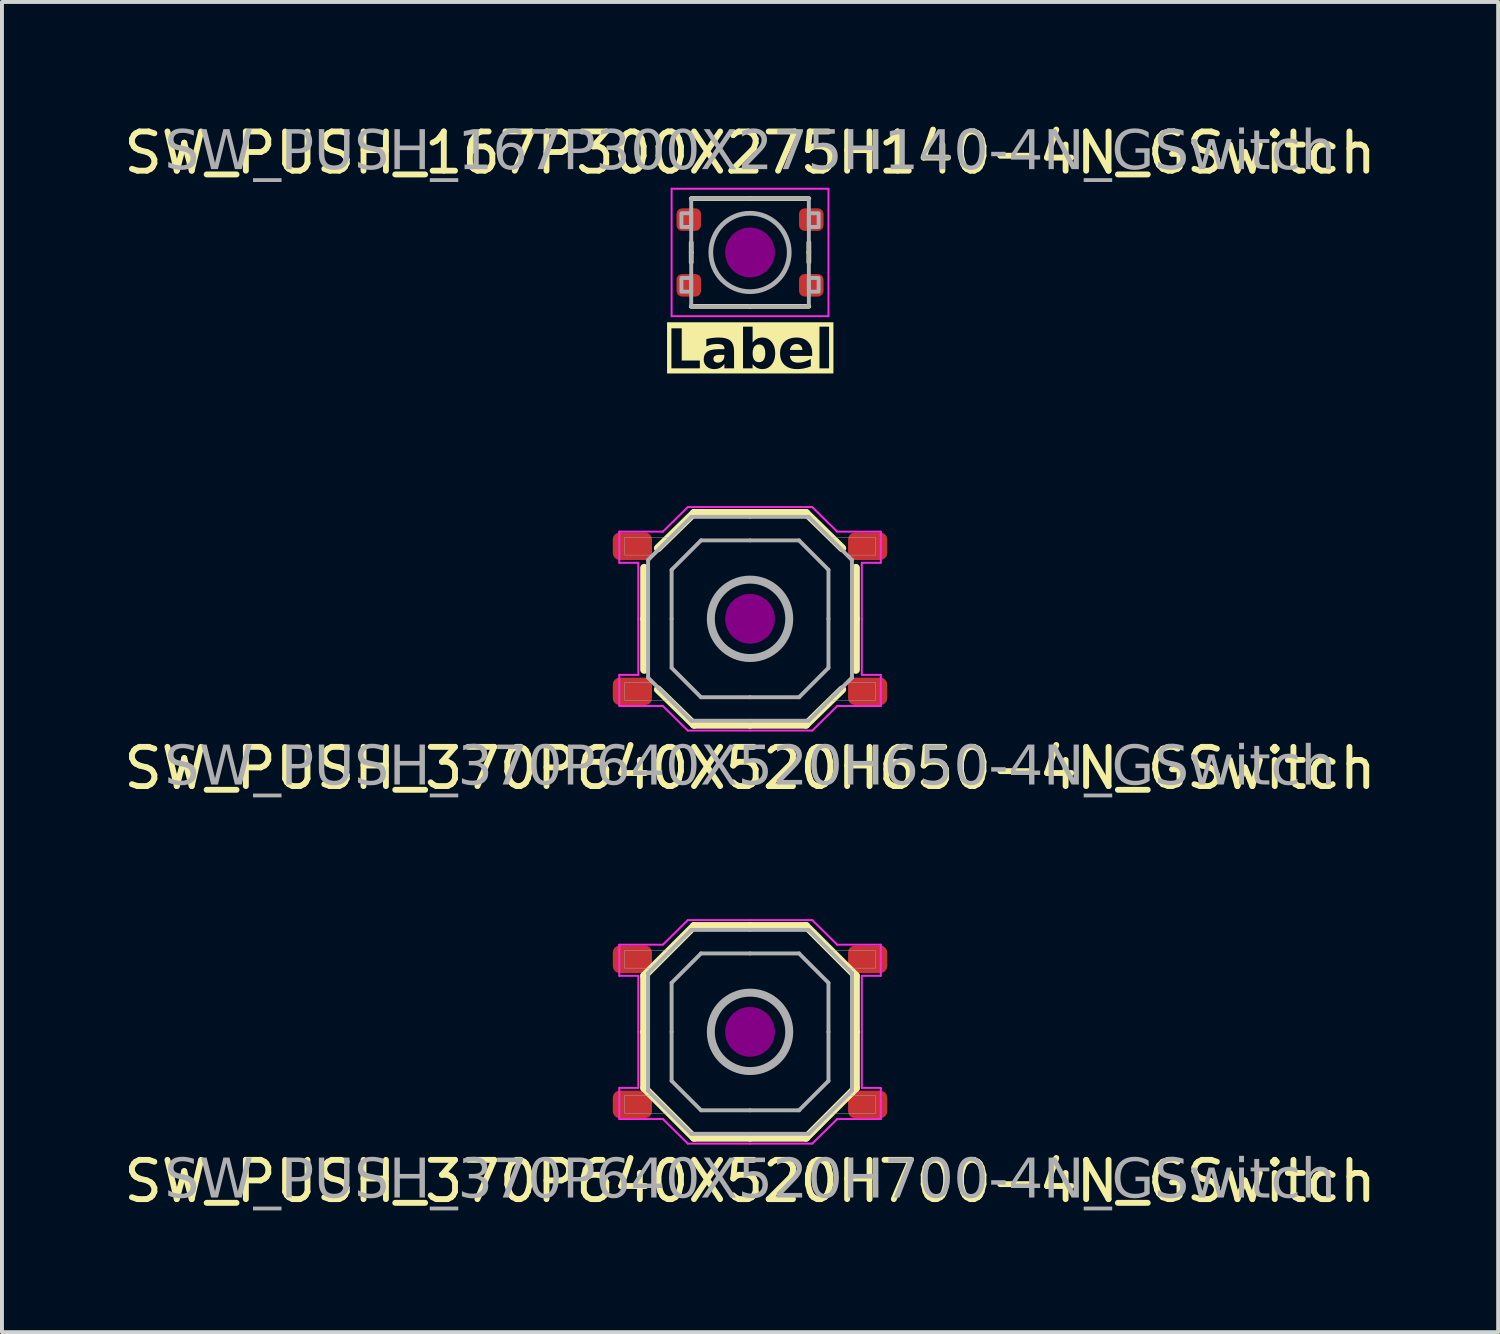
<source format=kicad_pcb>
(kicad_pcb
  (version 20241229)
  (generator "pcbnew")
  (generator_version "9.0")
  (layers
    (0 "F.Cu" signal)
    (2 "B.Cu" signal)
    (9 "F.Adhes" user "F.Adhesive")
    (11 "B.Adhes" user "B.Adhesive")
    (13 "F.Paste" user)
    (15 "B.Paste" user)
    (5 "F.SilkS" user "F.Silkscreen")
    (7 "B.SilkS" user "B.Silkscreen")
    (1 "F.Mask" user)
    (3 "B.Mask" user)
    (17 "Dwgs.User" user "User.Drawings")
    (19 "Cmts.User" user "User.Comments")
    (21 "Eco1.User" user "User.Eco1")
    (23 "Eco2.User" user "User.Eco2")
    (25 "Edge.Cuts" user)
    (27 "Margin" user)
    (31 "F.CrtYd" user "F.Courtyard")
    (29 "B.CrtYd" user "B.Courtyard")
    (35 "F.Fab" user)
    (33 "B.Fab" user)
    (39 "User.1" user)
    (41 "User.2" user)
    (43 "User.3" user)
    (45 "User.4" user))
  (footprint "SW_PUSH_370P640X520H650-4N_GSwitch"
    (layer "F.Cu")
    (at 16.077 12.731)
    (property "Reference" "SW_PUSH_370P640X520H650-4N_GSwitch" (at 0 3.81 0) (layer "F.SilkS") (effects (font (size 1 1) (thickness 0.15))))
    (attr smd)
    (fp_line (start -2.699 0) (end -2.699 -1.3) (stroke (width 0.203) (type solid)) (layer "F.SilkS"))
    (fp_line (start -2.699 0) (end -2.699 1.3) (stroke (width 0.203) (type solid)) (layer "F.SilkS"))
    (fp_line (start -1.429 -2.699) (end -2.35 -1.8) (stroke (width 0.203) (type default)) (layer "F.SilkS"))
    (fp_line (start -1.429 -2.699) (end 0 -2.699) (stroke (width 0.203) (type solid)) (layer "F.SilkS"))
    (fp_line (start -1.429 2.699) (end -2.35 1.8) (stroke (width 0.203) (type default)) (layer "F.SilkS"))
    (fp_line (start -1.429 2.699) (end 0 2.699) (stroke (width 0.203) (type solid)) (layer "F.SilkS"))
    (fp_line (start 1.429 -2.699) (end 0 -2.699) (stroke (width 0.203) (type solid)) (layer "F.SilkS"))
    (fp_line (start 1.429 -2.699) (end 2.35 -1.8) (stroke (width 0.203) (type default)) (layer "F.SilkS"))
    (fp_line (start 1.429 2.699) (end 0 2.699) (stroke (width 0.203) (type solid)) (layer "F.SilkS"))
    (fp_line (start 1.429 2.699) (end 2.35 1.8) (stroke (width 0.203) (type default)) (layer "F.SilkS"))
    (fp_line (start 2.699 0) (end 2.699 -1.3) (stroke (width 0.203) (type solid)) (layer "F.SilkS"))
    (fp_line (start 2.699 0) (end 2.699 1.3) (stroke (width 0.203) (type solid)) (layer "F.SilkS"))
    (fp_circle (center 0 0) (end 0.635 0) (stroke (width 0) (type solid)) (fill yes) (layer "F.Adhes"))
    (fp_line (start -3.334 -2.223) (end -3.334 -1.429) (stroke (width 0.05) (type solid)) (layer "F.CrtYd"))
    (fp_line (start -3.334 -2.223) (end -2.223 -2.223) (stroke (width 0.05) (type solid)) (layer "F.CrtYd"))
    (fp_line (start -3.334 2.223) (end -3.334 1.429) (stroke (width 0.05) (type solid)) (layer "F.CrtYd"))
    (fp_line (start -3.334 2.223) (end -2.223 2.223) (stroke (width 0.05) (type solid)) (layer "F.CrtYd"))
    (fp_line (start -2.857 -1.429) (end -3.334 -1.429) (stroke (width 0.05) (type solid)) (layer "F.CrtYd"))
    (fp_line (start -2.857 1.429) (end -3.334 1.429) (stroke (width 0.05) (type solid)) (layer "F.CrtYd"))
    (fp_line (start -2.85 -1.429) (end -2.85 0) (stroke (width 0.05) (type solid)) (layer "F.CrtYd"))
    (fp_line (start -2.85 1.429) (end -2.85 0) (stroke (width 0.05) (type solid)) (layer "F.CrtYd"))
    (fp_line (start -1.587 -2.85) (end -2.223 -2.223) (stroke (width 0.05) (type solid)) (layer "F.CrtYd"))
    (fp_line (start -1.587 -2.85) (end 0 -2.85) (stroke (width 0.05) (type solid)) (layer "F.CrtYd"))
    (fp_line (start -1.587 2.85) (end -2.223 2.223) (stroke (width 0.05) (type solid)) (layer "F.CrtYd"))
    (fp_line (start -1.587 2.85) (end 0 2.85) (stroke (width 0.05) (type solid)) (layer "F.CrtYd"))
    (fp_line (start 1.587 -2.85) (end 0 -2.85) (stroke (width 0.05) (type solid)) (layer "F.CrtYd"))
    (fp_line (start 1.587 -2.85) (end 2.223 -2.223) (stroke (width 0.05) (type solid)) (layer "F.CrtYd"))
    (fp_line (start 1.587 2.85) (end 0 2.85) (stroke (width 0.05) (type solid)) (layer "F.CrtYd"))
    (fp_line (start 1.587 2.85) (end 2.223 2.223) (stroke (width 0.05) (type solid)) (layer "F.CrtYd"))
    (fp_line (start 2.85 -1.429) (end 2.85 0) (stroke (width 0.05) (type solid)) (layer "F.CrtYd"))
    (fp_line (start 2.85 1.429) (end 2.85 0) (stroke (width 0.05) (type solid)) (layer "F.CrtYd"))
    (fp_line (start 2.857 -1.429) (end 3.334 -1.429) (stroke (width 0.05) (type solid)) (layer "F.CrtYd"))
    (fp_line (start 2.857 1.429) (end 3.334 1.429) (stroke (width 0.05) (type solid)) (layer "F.CrtYd"))
    (fp_line (start 3.334 -2.223) (end 2.223 -2.223) (stroke (width 0.05) (type solid)) (layer "F.CrtYd"))
    (fp_line (start 3.334 -2.223) (end 3.334 -1.429) (stroke (width 0.05) (type solid)) (layer "F.CrtYd"))
    (fp_line (start 3.334 2.223) (end 2.223 2.223) (stroke (width 0.05) (type solid)) (layer "F.CrtYd"))
    (fp_line (start 3.334 2.223) (end 3.334 1.429) (stroke (width 0.05) (type solid)) (layer "F.CrtYd"))
    (fp_line (start -2.6 -1.5) (end -2.6 0) (stroke (width 0.1) (type solid)) (layer "F.Fab"))
    (fp_line (start -2.6 -1.5) (end -1.5 -2.6) (stroke (width 0.1) (type solid)) (layer "F.Fab"))
    (fp_line (start -2.6 1.5) (end -2.6 0) (stroke (width 0.1) (type solid)) (layer "F.Fab"))
    (fp_line (start -2.6 1.5) (end -1.5 2.6) (stroke (width 0.1) (type solid)) (layer "F.Fab"))
    (fp_line (start -2 -1.25) (end -2 0) (stroke (width 0.1) (type solid)) (layer "F.Fab"))
    (fp_line (start -2 1.25) (end -2 0) (stroke (width 0.1) (type solid)) (layer "F.Fab"))
    (fp_line (start -1.25 -2) (end -2 -1.25) (stroke (width 0.1) (type solid)) (layer "F.Fab"))
    (fp_line (start -1.25 2) (end -2 1.25) (stroke (width 0.1) (type solid)) (layer "F.Fab"))
    (fp_line (start 0 -2.6) (end -1.5 -2.6) (stroke (width 0.1) (type solid)) (layer "F.Fab"))
    (fp_line (start 0 -2.6) (end 1.5 -2.6) (stroke (width 0.1) (type solid)) (layer "F.Fab"))
    (fp_line (start 0 -2) (end -1.25 -2) (stroke (width 0.1) (type solid)) (layer "F.Fab"))
    (fp_line (start 0 -2) (end 1.25 -2) (stroke (width 0.1) (type solid)) (layer "F.Fab"))
    (fp_line (start 0 2) (end -1.25 2) (stroke (width 0.1) (type solid)) (layer "F.Fab"))
    (fp_line (start 0 2) (end 1.25 2) (stroke (width 0.1) (type solid)) (layer "F.Fab"))
    (fp_line (start 0 2.6) (end -1.5 2.6) (stroke (width 0.1) (type solid)) (layer "F.Fab"))
    (fp_line (start 0 2.6) (end 1.5 2.6) (stroke (width 0.1) (type solid)) (layer "F.Fab"))
    (fp_line (start 1.25 -2) (end 2 -1.25) (stroke (width 0.1) (type solid)) (layer "F.Fab"))
    (fp_line (start 1.25 2) (end 2 1.25) (stroke (width 0.1) (type solid)) (layer "F.Fab"))
    (fp_line (start 2 -1.25) (end 2 0) (stroke (width 0.1) (type solid)) (layer "F.Fab"))
    (fp_line (start 2 1.25) (end 2 0) (stroke (width 0.1) (type solid)) (layer "F.Fab"))
    (fp_line (start 2.6 -1.5) (end 1.5 -2.6) (stroke (width 0.1) (type solid)) (layer "F.Fab"))
    (fp_line (start 2.6 -1.5) (end 2.6 0) (stroke (width 0.1) (type solid)) (layer "F.Fab"))
    (fp_line (start 2.6 1.5) (end 1.5 2.6) (stroke (width 0.1) (type solid)) (layer "F.Fab"))
    (fp_line (start 2.6 1.5) (end 2.6 0) (stroke (width 0.1) (type solid)) (layer "F.Fab"))
    (fp_circle (center 0 0) (end 1 0) (stroke (width 0.203) (type solid)) (fill no) (layer "F.Fab"))
    (fp_poly (pts (xy -3.2 -2.075) (xy -3.2 -1.625) (xy -2.45 -1.625) (xy -2 -2.075)) (stroke (width 0.01) (type solid)) (fill no) (layer "F.Fab"))
    (fp_poly (pts (xy -3.2 2.075) (xy -3.2 1.625) (xy -2.45 1.625) (xy -2 2.075)) (stroke (width 0.01) (type solid)) (fill no) (layer "F.Fab"))
    (fp_poly (pts (xy 3.2 -2.075) (xy 3.2 -1.625) (xy 2.45 -1.625) (xy 2 -2.075)) (stroke (width 0.01) (type solid)) (fill no) (layer "F.Fab"))
    (fp_poly (pts (xy 3.2 2.075) (xy 3.2 1.625) (xy 2.45 1.625) (xy 2 2.075)) (stroke (width 0.01) (type solid)) (fill no) (layer "F.Fab"))
    (fp_text user "${REFERENCE}" (at 0 3.81 0) (layer "F.Fab") (effects (font (face "Tahoma") (size 1 1) (thickness 0.15))))
    (pad "1" smd roundrect (at -3 -1.85) (size 1 0.7) (layers "F.Cu" "F.Mask" "F.Paste") (roundrect_rratio 0.25))
    (pad "2" smd roundrect (at 3 -1.85) (size 1 0.7) (layers "F.Cu" "F.Mask" "F.Paste") (roundrect_rratio 0.25))
    (pad "3" smd roundrect (at -3 1.85) (size 1 0.7) (layers "F.Cu" "F.Mask" "F.Paste") (roundrect_rratio 0.25))
    (pad "4" smd roundrect (at 3 1.85) (size 1 0.7) (layers "F.Cu" "F.Mask" "F.Paste") (roundrect_rratio 0.25)))
  (footprint "SW_PUSH_370P640X520H700-4N_GSwitch"
    (layer "F.Cu")
    (at 16.077 23.264)
    (property "Reference" "SW_PUSH_370P640X520H700-4N_GSwitch" (at 0 3.81 0) (layer "F.SilkS") (effects (font (size 1 1) (thickness 0.15))))
    (attr smd)
    (fp_line (start -2.699 0) (end -2.699 -1.429) (stroke (width 0.203) (type solid)) (layer "F.SilkS"))
    (fp_line (start -2.699 0) (end -2.699 1.429) (stroke (width 0.203) (type solid)) (layer "F.SilkS"))
    (fp_line (start -1.429 -2.699) (end -2.699 -1.429) (stroke (width 0.203) (type solid)) (layer "F.SilkS"))
    (fp_line (start -1.429 -2.699) (end 0 -2.699) (stroke (width 0.203) (type solid)) (layer "F.SilkS"))
    (fp_line (start -1.429 2.699) (end -2.699 1.429) (stroke (width 0.203) (type solid)) (layer "F.SilkS"))
    (fp_line (start -1.429 2.699) (end 0 2.699) (stroke (width 0.203) (type solid)) (layer "F.SilkS"))
    (fp_line (start 1.429 -2.699) (end 0 -2.699) (stroke (width 0.203) (type solid)) (layer "F.SilkS"))
    (fp_line (start 1.429 -2.699) (end 2.699 -1.429) (stroke (width 0.203) (type solid)) (layer "F.SilkS"))
    (fp_line (start 1.429 2.699) (end 0 2.699) (stroke (width 0.203) (type solid)) (layer "F.SilkS"))
    (fp_line (start 1.429 2.699) (end 2.699 1.429) (stroke (width 0.203) (type solid)) (layer "F.SilkS"))
    (fp_line (start 2.699 0) (end 2.699 -1.429) (stroke (width 0.203) (type solid)) (layer "F.SilkS"))
    (fp_line (start 2.699 0) (end 2.699 1.429) (stroke (width 0.203) (type solid)) (layer "F.SilkS"))
    (fp_circle (center 0 0) (end 0.635 0) (stroke (width 0) (type solid)) (fill yes) (layer "F.Adhes"))
    (fp_line (start -3.334 -2.223) (end -3.334 -1.429) (stroke (width 0.05) (type solid)) (layer "F.CrtYd"))
    (fp_line (start -3.334 -2.223) (end -2.223 -2.223) (stroke (width 0.05) (type solid)) (layer "F.CrtYd"))
    (fp_line (start -3.334 2.223) (end -3.334 1.429) (stroke (width 0.05) (type solid)) (layer "F.CrtYd"))
    (fp_line (start -3.334 2.223) (end -2.223 2.223) (stroke (width 0.05) (type solid)) (layer "F.CrtYd"))
    (fp_line (start -2.857 -1.429) (end -3.334 -1.429) (stroke (width 0.05) (type solid)) (layer "F.CrtYd"))
    (fp_line (start -2.857 1.429) (end -3.334 1.429) (stroke (width 0.05) (type solid)) (layer "F.CrtYd"))
    (fp_line (start -2.85 -1.429) (end -2.85 0) (stroke (width 0.05) (type solid)) (layer "F.CrtYd"))
    (fp_line (start -2.85 1.429) (end -2.85 0) (stroke (width 0.05) (type solid)) (layer "F.CrtYd"))
    (fp_line (start -1.587 -2.85) (end -2.223 -2.223) (stroke (width 0.05) (type solid)) (layer "F.CrtYd"))
    (fp_line (start -1.587 -2.85) (end 0 -2.85) (stroke (width 0.05) (type solid)) (layer "F.CrtYd"))
    (fp_line (start -1.587 2.85) (end -2.223 2.223) (stroke (width 0.05) (type solid)) (layer "F.CrtYd"))
    (fp_line (start -1.587 2.85) (end 0 2.85) (stroke (width 0.05) (type solid)) (layer "F.CrtYd"))
    (fp_line (start 1.587 -2.85) (end 0 -2.85) (stroke (width 0.05) (type solid)) (layer "F.CrtYd"))
    (fp_line (start 1.587 -2.85) (end 2.223 -2.223) (stroke (width 0.05) (type solid)) (layer "F.CrtYd"))
    (fp_line (start 1.587 2.85) (end 0 2.85) (stroke (width 0.05) (type solid)) (layer "F.CrtYd"))
    (fp_line (start 1.587 2.85) (end 2.223 2.223) (stroke (width 0.05) (type solid)) (layer "F.CrtYd"))
    (fp_line (start 2.85 -1.429) (end 2.85 0) (stroke (width 0.05) (type solid)) (layer "F.CrtYd"))
    (fp_line (start 2.85 1.429) (end 2.85 0) (stroke (width 0.05) (type solid)) (layer "F.CrtYd"))
    (fp_line (start 2.857 -1.429) (end 3.334 -1.429) (stroke (width 0.05) (type solid)) (layer "F.CrtYd"))
    (fp_line (start 2.857 1.429) (end 3.334 1.429) (stroke (width 0.05) (type solid)) (layer "F.CrtYd"))
    (fp_line (start 3.334 -2.223) (end 2.223 -2.223) (stroke (width 0.05) (type solid)) (layer "F.CrtYd"))
    (fp_line (start 3.334 -2.223) (end 3.334 -1.429) (stroke (width 0.05) (type solid)) (layer "F.CrtYd"))
    (fp_line (start 3.334 2.223) (end 2.223 2.223) (stroke (width 0.05) (type solid)) (layer "F.CrtYd"))
    (fp_line (start 3.334 2.223) (end 3.334 1.429) (stroke (width 0.05) (type solid)) (layer "F.CrtYd"))
    (fp_line (start -2.6 -1.5) (end -2.6 0) (stroke (width 0.1) (type solid)) (layer "F.Fab"))
    (fp_line (start -2.6 -1.5) (end -1.5 -2.6) (stroke (width 0.1) (type solid)) (layer "F.Fab"))
    (fp_line (start -2.6 1.5) (end -2.6 0) (stroke (width 0.1) (type solid)) (layer "F.Fab"))
    (fp_line (start -2.6 1.5) (end -1.5 2.6) (stroke (width 0.1) (type solid)) (layer "F.Fab"))
    (fp_line (start -2 -1.25) (end -2 0) (stroke (width 0.1) (type solid)) (layer "F.Fab"))
    (fp_line (start -2 1.25) (end -2 0) (stroke (width 0.1) (type solid)) (layer "F.Fab"))
    (fp_line (start -1.25 -2) (end -2 -1.25) (stroke (width 0.1) (type solid)) (layer "F.Fab"))
    (fp_line (start -1.25 2) (end -2 1.25) (stroke (width 0.1) (type solid)) (layer "F.Fab"))
    (fp_line (start 0 -2.6) (end -1.5 -2.6) (stroke (width 0.1) (type solid)) (layer "F.Fab"))
    (fp_line (start 0 -2.6) (end 1.5 -2.6) (stroke (width 0.1) (type solid)) (layer "F.Fab"))
    (fp_line (start 0 -2) (end -1.25 -2) (stroke (width 0.1) (type solid)) (layer "F.Fab"))
    (fp_line (start 0 -2) (end 1.25 -2) (stroke (width 0.1) (type solid)) (layer "F.Fab"))
    (fp_line (start 0 2) (end -1.25 2) (stroke (width 0.1) (type solid)) (layer "F.Fab"))
    (fp_line (start 0 2) (end 1.25 2) (stroke (width 0.1) (type solid)) (layer "F.Fab"))
    (fp_line (start 0 2.6) (end -1.5 2.6) (stroke (width 0.1) (type solid)) (layer "F.Fab"))
    (fp_line (start 0 2.6) (end 1.5 2.6) (stroke (width 0.1) (type solid)) (layer "F.Fab"))
    (fp_line (start 1.25 -2) (end 2 -1.25) (stroke (width 0.1) (type solid)) (layer "F.Fab"))
    (fp_line (start 1.25 2) (end 2 1.25) (stroke (width 0.1) (type solid)) (layer "F.Fab"))
    (fp_line (start 2 -1.25) (end 2 0) (stroke (width 0.1) (type solid)) (layer "F.Fab"))
    (fp_line (start 2 1.25) (end 2 0) (stroke (width 0.1) (type solid)) (layer "F.Fab"))
    (fp_line (start 2.6 -1.5) (end 1.5 -2.6) (stroke (width 0.1) (type solid)) (layer "F.Fab"))
    (fp_line (start 2.6 -1.5) (end 2.6 0) (stroke (width 0.1) (type solid)) (layer "F.Fab"))
    (fp_line (start 2.6 1.5) (end 1.5 2.6) (stroke (width 0.1) (type solid)) (layer "F.Fab"))
    (fp_line (start 2.6 1.5) (end 2.6 0) (stroke (width 0.1) (type solid)) (layer "F.Fab"))
    (fp_circle (center 0 0) (end 1 0) (stroke (width 0.203) (type solid)) (fill no) (layer "F.Fab"))
    (fp_poly (pts (xy -3.2 -2.075) (xy -3.2 -1.625) (xy -2.45 -1.625) (xy -2 -2.075)) (stroke (width 0.01) (type solid)) (fill no) (layer "F.Fab"))
    (fp_poly (pts (xy -3.2 2.075) (xy -3.2 1.625) (xy -2.45 1.625) (xy -2 2.075)) (stroke (width 0.01) (type solid)) (fill no) (layer "F.Fab"))
    (fp_poly (pts (xy 3.2 -2.075) (xy 3.2 -1.625) (xy 2.45 -1.625) (xy 2 -2.075)) (stroke (width 0.01) (type solid)) (fill no) (layer "F.Fab"))
    (fp_poly (pts (xy 3.2 2.075) (xy 3.2 1.625) (xy 2.45 1.625) (xy 2 2.075)) (stroke (width 0.01) (type solid)) (fill no) (layer "F.Fab"))
    (fp_text user "${REFERENCE}" (at 0 3.81 0) (layer "F.Fab") (effects (font (face "Tahoma") (size 1 1) (thickness 0.15))))
    (pad "1" smd roundrect (at -3 -1.85) (size 1 0.7) (layers "F.Cu" "F.Mask" "F.Paste") (roundrect_rratio 0.25))
    (pad "2" smd roundrect (at 3 -1.85) (size 1 0.7) (layers "F.Cu" "F.Mask" "F.Paste") (roundrect_rratio 0.25))
    (pad "3" smd roundrect (at -3 1.85) (size 1 0.7) (layers "F.Cu" "F.Mask" "F.Paste") (roundrect_rratio 0.25))
    (pad "4" smd roundrect (at 3 1.85) (size 1 0.7) (layers "F.Cu" "F.Mask" "F.Paste") (roundrect_rratio 0.25)))
  (footprint "SW_PUSH_167P300X275H140-4N_GSwitch"
    (layer "F.Cu")
    (at 16.077 3.388)
    (property "Reference" "SW_PUSH_167P300X275H140-4N_GSwitch" (at 0 -2.54 0) (layer "F.SilkS") (effects (font (size 1 1) (thickness 0.15))))
    (property "Label" "Label" (at 0 2.54 0) (layer "F.SilkS" knockout) (effects (font (face "Tahoma") (size 1 1) (thickness 0.2) (bold yes))))
    (attr smd)
    (fp_line (start -1.5 0) (end -1.5 -0.254) (stroke (width 0.12) (type solid)) (layer "F.SilkS"))
    (fp_line (start -1.5 0) (end -1.5 0.254) (stroke (width 0.12) (type solid)) (layer "F.SilkS"))
    (fp_line (start 0 -1.375) (end -1.5 -1.375) (stroke (width 0.12) (type solid)) (layer "F.SilkS"))
    (fp_line (start 0 -1.375) (end 1.5 -1.375) (stroke (width 0.12) (type solid)) (layer "F.SilkS"))
    (fp_line (start 0 1.375) (end -1.5 1.375) (stroke (width 0.12) (type solid)) (layer "F.SilkS"))
    (fp_line (start 0 1.375) (end 1.5 1.375) (stroke (width 0.12) (type solid)) (layer "F.SilkS"))
    (fp_line (start 1.5 0) (end 1.5 -0.254) (stroke (width 0.12) (type solid)) (layer "F.SilkS"))
    (fp_line (start 1.5 0) (end 1.5 0.254) (stroke (width 0.12) (type solid)) (layer "F.SilkS"))
    (fp_circle (center 0 0) (end 0.635 0) (stroke (width 0) (type solid)) (fill yes) (layer "F.Adhes"))
    (fp_line (start -2 -1.625) (end -2 1.625) (stroke (width 0.05) (type solid)) (layer "F.CrtYd"))
    (fp_line (start -2 1.625) (end 2 1.625) (stroke (width 0.05) (type solid)) (layer "F.CrtYd"))
    (fp_line (start 2 -1.625) (end -2 -1.625) (stroke (width 0.05) (type solid)) (layer "F.CrtYd"))
    (fp_line (start 2 -1.625) (end 2 1.625) (stroke (width 0.05) (type solid)) (layer "F.CrtYd"))
    (fp_line (start -1.5 -1.375) (end -1.5 0) (stroke (width 0.1) (type solid)) (layer "F.Fab"))
    (fp_line (start -1.5 1.375) (end -1.5 0) (stroke (width 0.1) (type solid)) (layer "F.Fab"))
    (fp_line (start 0 -1.375) (end -1.5 -1.375) (stroke (width 0.1) (type solid)) (layer "F.Fab"))
    (fp_line (start 0 -1.375) (end 1.5 -1.375) (stroke (width 0.1) (type solid)) (layer "F.Fab"))
    (fp_line (start 0 1.375) (end -1.5 1.375) (stroke (width 0.1) (type solid)) (layer "F.Fab"))
    (fp_line (start 0 1.375) (end 1.5 1.375) (stroke (width 0.1) (type solid)) (layer "F.Fab"))
    (fp_line (start 1.5 -1.375) (end 1.5 0) (stroke (width 0.1) (type solid)) (layer "F.Fab"))
    (fp_line (start 1.5 1.375) (end 1.5 0) (stroke (width 0.1) (type solid)) (layer "F.Fab"))
    (fp_rect (start -1.75 -1) (end -1.5 -0.65) (stroke (width 0.1) (type solid)) (fill no) (layer "F.Fab"))
    (fp_rect (start -1.75 1) (end -1.5 0.65) (stroke (width 0.1) (type solid)) (fill no) (layer "F.Fab"))
    (fp_rect (start 1.75 -1) (end 1.5 -0.65) (stroke (width 0.1) (type solid)) (fill no) (layer "F.Fab"))
    (fp_rect (start 1.75 1) (end 1.5 0.65) (stroke (width 0.1) (type solid)) (fill no) (layer "F.Fab"))
    (fp_circle (center 0 0) (end 1 0) (stroke (width 0.12) (type solid)) (fill no) (layer "F.Fab"))
    (fp_text user "${REFERENCE}" (at 0 -2.54 0) (layer "F.Fab") (effects (font (face "Tahoma") (size 1 1) (thickness 0.15))))
    (pad "1" smd roundrect (at -1.562 -0.838) (size 0.625 0.575) (layers "F.Cu" "F.Mask" "F.Paste") (roundrect_rratio 0.25))
    (pad "2" smd roundrect (at -1.562 0.838) (size 0.625 0.575) (layers "F.Cu" "F.Mask" "F.Paste") (roundrect_rratio 0.25))
    (pad "3" smd roundrect (at 1.562 -0.838) (size 0.625 0.575) (layers "F.Cu" "F.Mask" "F.Paste") (roundrect_rratio 0.25))
    (pad "4" smd roundrect (at 1.562 0.838) (size 0.625 0.575) (layers "F.Cu" "F.Mask" "F.Paste") (roundrect_rratio 0.25)))
  (gr_rect
    (start -3 -3)
    (end 35.155 30.923)
    (stroke (width 0.1) (type default))
    (fill no)
    (layer "Edge.Cuts")))
</source>
